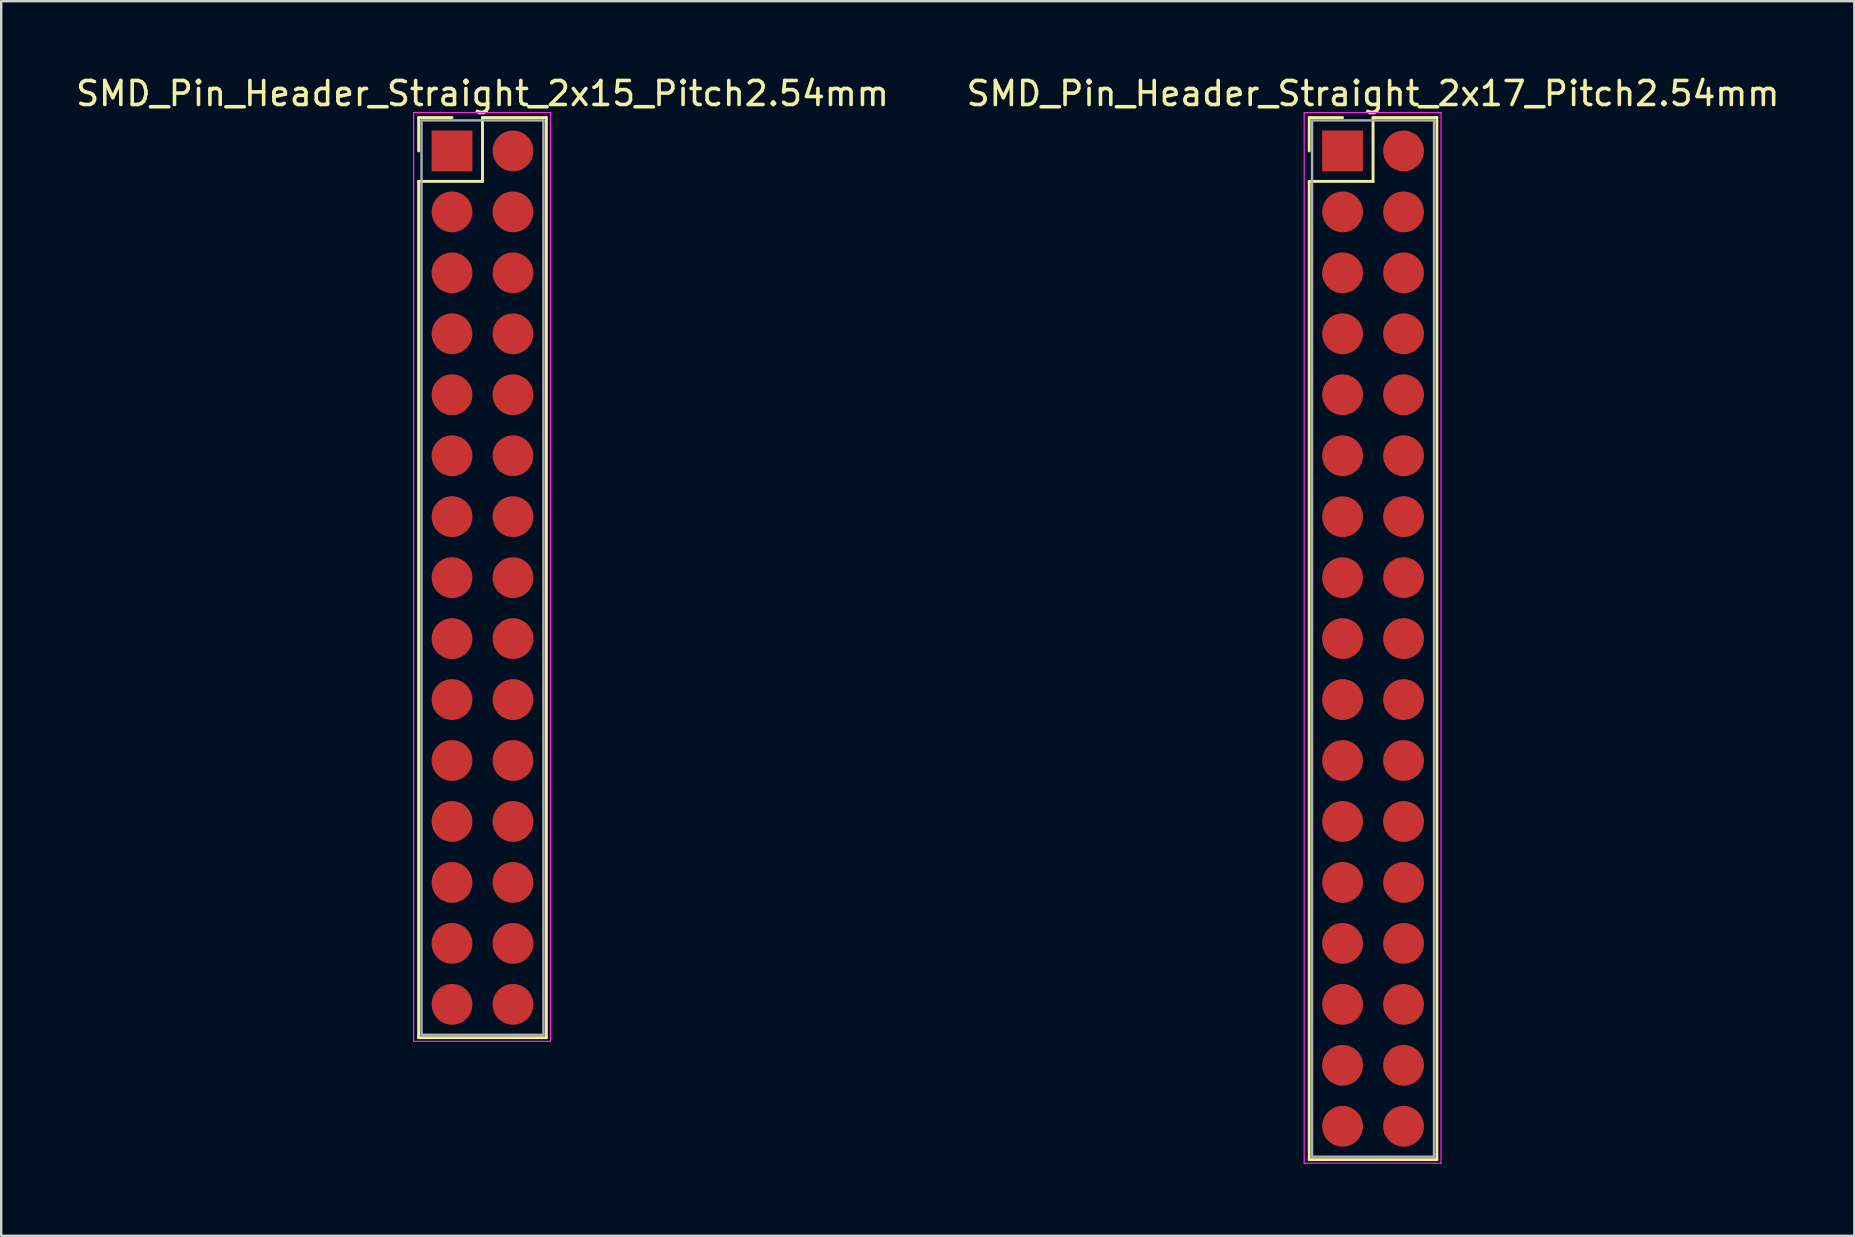
<source format=kicad_pcb>
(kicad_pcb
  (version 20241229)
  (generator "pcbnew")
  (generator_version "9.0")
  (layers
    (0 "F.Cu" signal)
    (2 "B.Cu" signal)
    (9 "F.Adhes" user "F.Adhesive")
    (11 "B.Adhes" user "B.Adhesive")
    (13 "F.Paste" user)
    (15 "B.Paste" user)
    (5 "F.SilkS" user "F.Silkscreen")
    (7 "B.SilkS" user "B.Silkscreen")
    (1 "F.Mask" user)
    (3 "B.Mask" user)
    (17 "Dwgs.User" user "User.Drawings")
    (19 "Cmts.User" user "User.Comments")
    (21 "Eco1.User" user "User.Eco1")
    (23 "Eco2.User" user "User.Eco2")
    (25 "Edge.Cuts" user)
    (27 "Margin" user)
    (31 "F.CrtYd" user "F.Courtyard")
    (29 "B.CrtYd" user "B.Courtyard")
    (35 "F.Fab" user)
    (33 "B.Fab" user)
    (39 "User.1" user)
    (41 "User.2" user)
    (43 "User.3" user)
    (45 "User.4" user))
  (footprint "SMD_Pin_Header_Straight_2x17_Pitch2.54mm"
    (layer "F.Cu")
    (at 54.161 23.558)
    (property "Reference" "SMD_Pin_Header_Straight_2x17_Pitch2.54mm" (at 0 -22.71 0) (layer "F.SilkS") (effects (font (size 1 1) (thickness 0.15))))
    (attr through_hole)
    (fp_line (start -2.66 -21.71) (end -1.27 -21.71) (stroke (width 0.12) (type solid)) (layer "F.SilkS"))
    (fp_line (start -2.66 -20.32) (end -2.66 -21.71) (stroke (width 0.12) (type solid)) (layer "F.SilkS"))
    (fp_line (start -2.66 -19.05) (end -2.66 21.71) (stroke (width 0.12) (type solid)) (layer "F.SilkS"))
    (fp_line (start -2.66 21.71) (end 2.66 21.71) (stroke (width 0.12) (type solid)) (layer "F.SilkS"))
    (fp_line (start 0 -21.71) (end 0 -19.05) (stroke (width 0.12) (type solid)) (layer "F.SilkS"))
    (fp_line (start 0 -19.05) (end -2.66 -19.05) (stroke (width 0.12) (type solid)) (layer "F.SilkS"))
    (fp_line (start 2.66 -21.71) (end 0 -21.71) (stroke (width 0.12) (type solid)) (layer "F.SilkS"))
    (fp_line (start 2.66 21.71) (end 2.66 -21.71) (stroke (width 0.12) (type solid)) (layer "F.SilkS"))
    (fp_line (start -2.87 -21.92) (end -2.87 21.86) (stroke (width 0.05) (type solid)) (layer "F.CrtYd"))
    (fp_line (start -2.87 21.86) (end 2.83 21.86) (stroke (width 0.05) (type solid)) (layer "F.CrtYd"))
    (fp_line (start 2.83 -21.92) (end -2.87 -21.92) (stroke (width 0.05) (type solid)) (layer "F.CrtYd"))
    (fp_line (start 2.83 21.86) (end 2.83 -21.92) (stroke (width 0.05) (type solid)) (layer "F.CrtYd"))
    (fp_line (start -2.54 -21.59) (end -2.54 21.59) (stroke (width 0.1) (type solid)) (layer "F.Fab"))
    (fp_line (start -2.54 21.59) (end 2.54 21.59) (stroke (width 0.1) (type solid)) (layer "F.Fab"))
    (fp_line (start 2.54 -21.59) (end -2.54 -21.59) (stroke (width 0.1) (type solid)) (layer "F.Fab"))
    (fp_line (start 2.54 21.59) (end 2.54 -21.59) (stroke (width 0.1) (type solid)) (layer "F.Fab"))
    (pad "1" smd rect (at -1.27 -20.32) (size 1.7 1.7) (layers "F.Cu" "F.Mask" "F.Paste"))
    (pad "2" smd oval (at 1.27 -20.32) (size 1.7 1.7) (layers "F.Cu" "F.Mask" "F.Paste"))
    (pad "3" smd oval (at -1.27 -17.78) (size 1.7 1.7) (layers "F.Cu" "F.Mask" "F.Paste"))
    (pad "4" smd oval (at 1.27 -17.78) (size 1.7 1.7) (layers "F.Cu" "F.Mask" "F.Paste"))
    (pad "5" smd oval (at -1.27 -15.24) (size 1.7 1.7) (layers "F.Cu" "F.Mask" "F.Paste"))
    (pad "6" smd oval (at 1.27 -15.24) (size 1.7 1.7) (layers "F.Cu" "F.Mask" "F.Paste"))
    (pad "7" smd oval (at -1.27 -12.7) (size 1.7 1.7) (layers "F.Cu" "F.Mask" "F.Paste"))
    (pad "8" smd oval (at 1.27 -12.7) (size 1.7 1.7) (layers "F.Cu" "F.Mask" "F.Paste"))
    (pad "9" smd oval (at -1.27 -10.16) (size 1.7 1.7) (layers "F.Cu" "F.Mask" "F.Paste"))
    (pad "10" smd oval (at 1.27 -10.16) (size 1.7 1.7) (layers "F.Cu" "F.Mask" "F.Paste"))
    (pad "11" smd oval (at -1.27 -7.62) (size 1.7 1.7) (layers "F.Cu" "F.Mask" "F.Paste"))
    (pad "12" smd oval (at 1.27 -7.62) (size 1.7 1.7) (layers "F.Cu" "F.Mask" "F.Paste"))
    (pad "13" smd oval (at -1.27 -5.08) (size 1.7 1.7) (layers "F.Cu" "F.Mask" "F.Paste"))
    (pad "14" smd oval (at 1.27 -5.08) (size 1.7 1.7) (layers "F.Cu" "F.Mask" "F.Paste"))
    (pad "15" smd oval (at -1.27 -2.54) (size 1.7 1.7) (layers "F.Cu" "F.Mask" "F.Paste"))
    (pad "16" smd oval (at 1.27 -2.54) (size 1.7 1.7) (layers "F.Cu" "F.Mask" "F.Paste"))
    (pad "17" smd oval (at -1.27 0) (size 1.7 1.7) (layers "F.Cu" "F.Mask" "F.Paste"))
    (pad "18" smd oval (at 1.27 0) (size 1.7 1.7) (layers "F.Cu" "F.Mask" "F.Paste"))
    (pad "19" smd oval (at -1.27 2.54) (size 1.7 1.7) (layers "F.Cu" "F.Mask" "F.Paste"))
    (pad "20" smd oval (at 1.27 2.54) (size 1.7 1.7) (layers "F.Cu" "F.Mask" "F.Paste"))
    (pad "21" smd oval (at -1.27 5.08) (size 1.7 1.7) (layers "F.Cu" "F.Mask" "F.Paste"))
    (pad "22" smd oval (at 1.27 5.08) (size 1.7 1.7) (layers "F.Cu" "F.Mask" "F.Paste"))
    (pad "23" smd oval (at -1.27 7.62) (size 1.7 1.7) (layers "F.Cu" "F.Mask" "F.Paste"))
    (pad "24" smd oval (at 1.27 7.62) (size 1.7 1.7) (layers "F.Cu" "F.Mask" "F.Paste"))
    (pad "25" smd oval (at -1.27 10.16) (size 1.7 1.7) (layers "F.Cu" "F.Mask" "F.Paste"))
    (pad "26" smd oval (at 1.27 10.16) (size 1.7 1.7) (layers "F.Cu" "F.Mask" "F.Paste"))
    (pad "27" smd oval (at -1.27 12.7) (size 1.7 1.7) (layers "F.Cu" "F.Mask" "F.Paste"))
    (pad "28" smd oval (at 1.27 12.7) (size 1.7 1.7) (layers "F.Cu" "F.Mask" "F.Paste"))
    (pad "29" smd oval (at -1.27 15.24) (size 1.7 1.7) (layers "F.Cu" "F.Mask" "F.Paste"))
    (pad "30" smd oval (at 1.27 15.24) (size 1.7 1.7) (layers "F.Cu" "F.Mask" "F.Paste"))
    (pad "31" smd oval (at -1.27 17.78) (size 1.7 1.7) (layers "F.Cu" "F.Mask" "F.Paste"))
    (pad "32" smd oval (at 1.27 17.78) (size 1.7 1.7) (layers "F.Cu" "F.Mask" "F.Paste"))
    (pad "33" smd oval (at -1.27 20.32) (size 1.7 1.7) (layers "F.Cu" "F.Mask" "F.Paste"))
    (pad "34" smd oval (at 1.27 20.32) (size 1.7 1.7) (layers "F.Cu" "F.Mask" "F.Paste")))
  (footprint "SMD_Pin_Header_Straight_2x15_Pitch2.54mm"
    (layer "F.Cu")
    (at 15.784 3.238)
    (property "Reference" "SMD_Pin_Header_Straight_2x15_Pitch2.54mm" (at 1.27 -2.39 0) (layer "F.SilkS") (effects (font (size 1 1) (thickness 0.15))))
    (attr through_hole)
    (fp_line (start -1.39 -1.39) (end 0 -1.39) (stroke (width 0.12) (type solid)) (layer "F.SilkS"))
    (fp_line (start -1.39 0) (end -1.39 -1.39) (stroke (width 0.12) (type solid)) (layer "F.SilkS"))
    (fp_line (start -1.39 1.27) (end -1.39 36.95) (stroke (width 0.12) (type solid)) (layer "F.SilkS"))
    (fp_line (start -1.39 36.95) (end 3.93 36.95) (stroke (width 0.12) (type solid)) (layer "F.SilkS"))
    (fp_line (start 1.27 -1.39) (end 1.27 1.27) (stroke (width 0.12) (type solid)) (layer "F.SilkS"))
    (fp_line (start 1.27 1.27) (end -1.39 1.27) (stroke (width 0.12) (type solid)) (layer "F.SilkS"))
    (fp_line (start 3.93 -1.39) (end 1.27 -1.39) (stroke (width 0.12) (type solid)) (layer "F.SilkS"))
    (fp_line (start 3.93 36.95) (end 3.93 -1.39) (stroke (width 0.12) (type solid)) (layer "F.SilkS"))
    (fp_line (start -1.6 -1.6) (end -1.6 37.1) (stroke (width 0.05) (type solid)) (layer "F.CrtYd"))
    (fp_line (start -1.6 37.1) (end 4.1 37.1) (stroke (width 0.05) (type solid)) (layer "F.CrtYd"))
    (fp_line (start 4.1 -1.6) (end -1.6 -1.6) (stroke (width 0.05) (type solid)) (layer "F.CrtYd"))
    (fp_line (start 4.1 37.1) (end 4.1 -1.6) (stroke (width 0.05) (type solid)) (layer "F.CrtYd"))
    (fp_line (start -1.27 -1.27) (end -1.27 36.83) (stroke (width 0.1) (type solid)) (layer "F.Fab"))
    (fp_line (start -1.27 36.83) (end 3.81 36.83) (stroke (width 0.1) (type solid)) (layer "F.Fab"))
    (fp_line (start 3.81 -1.27) (end -1.27 -1.27) (stroke (width 0.1) (type solid)) (layer "F.Fab"))
    (fp_line (start 3.81 36.83) (end 3.81 -1.27) (stroke (width 0.1) (type solid)) (layer "F.Fab"))
    (pad "1" smd rect (at 0 0) (size 1.7 1.7) (layers "F.Cu" "F.Mask" "F.Paste"))
    (pad "2" smd oval (at 2.54 0) (size 1.7 1.7) (layers "F.Cu" "F.Mask" "F.Paste"))
    (pad "3" smd oval (at 0 2.54) (size 1.7 1.7) (layers "F.Cu" "F.Mask" "F.Paste"))
    (pad "4" smd oval (at 2.54 2.54) (size 1.7 1.7) (layers "F.Cu" "F.Mask" "F.Paste"))
    (pad "5" smd oval (at 0 5.08) (size 1.7 1.7) (layers "F.Cu" "F.Mask" "F.Paste"))
    (pad "6" smd oval (at 2.54 5.08) (size 1.7 1.7) (layers "F.Cu" "F.Mask" "F.Paste"))
    (pad "7" smd oval (at 0 7.62) (size 1.7 1.7) (layers "F.Cu" "F.Mask" "F.Paste"))
    (pad "8" smd oval (at 2.54 7.62) (size 1.7 1.7) (layers "F.Cu" "F.Mask" "F.Paste"))
    (pad "9" smd oval (at 0 10.16) (size 1.7 1.7) (layers "F.Cu" "F.Mask" "F.Paste"))
    (pad "10" smd oval (at 2.54 10.16) (size 1.7 1.7) (layers "F.Cu" "F.Mask" "F.Paste"))
    (pad "11" smd oval (at 0 12.7) (size 1.7 1.7) (layers "F.Cu" "F.Mask" "F.Paste"))
    (pad "12" smd oval (at 2.54 12.7) (size 1.7 1.7) (layers "F.Cu" "F.Mask" "F.Paste"))
    (pad "13" smd oval (at 0 15.24) (size 1.7 1.7) (layers "F.Cu" "F.Mask" "F.Paste"))
    (pad "14" smd oval (at 2.54 15.24) (size 1.7 1.7) (layers "F.Cu" "F.Mask" "F.Paste"))
    (pad "15" smd oval (at 0 17.78) (size 1.7 1.7) (layers "F.Cu" "F.Mask" "F.Paste"))
    (pad "16" smd oval (at 2.54 17.78) (size 1.7 1.7) (layers "F.Cu" "F.Mask" "F.Paste"))
    (pad "17" smd oval (at 0 20.32) (size 1.7 1.7) (layers "F.Cu" "F.Mask" "F.Paste"))
    (pad "18" smd oval (at 2.54 20.32) (size 1.7 1.7) (layers "F.Cu" "F.Mask" "F.Paste"))
    (pad "19" smd oval (at 0 22.86) (size 1.7 1.7) (layers "F.Cu" "F.Mask" "F.Paste"))
    (pad "20" smd oval (at 2.54 22.86) (size 1.7 1.7) (layers "F.Cu" "F.Mask" "F.Paste"))
    (pad "21" smd oval (at 0 25.4) (size 1.7 1.7) (layers "F.Cu" "F.Mask" "F.Paste"))
    (pad "22" smd oval (at 2.54 25.4) (size 1.7 1.7) (layers "F.Cu" "F.Mask" "F.Paste"))
    (pad "23" smd oval (at 0 27.94) (size 1.7 1.7) (layers "F.Cu" "F.Mask" "F.Paste"))
    (pad "24" smd oval (at 2.54 27.94) (size 1.7 1.7) (layers "F.Cu" "F.Mask" "F.Paste"))
    (pad "25" smd oval (at 0 30.48) (size 1.7 1.7) (layers "F.Cu" "F.Mask" "F.Paste"))
    (pad "26" smd oval (at 2.54 30.48) (size 1.7 1.7) (layers "F.Cu" "F.Mask" "F.Paste"))
    (pad "27" smd oval (at 0 33.02) (size 1.7 1.7) (layers "F.Cu" "F.Mask" "F.Paste"))
    (pad "28" smd oval (at 2.54 33.02) (size 1.7 1.7) (layers "F.Cu" "F.Mask" "F.Paste"))
    (pad "29" smd oval (at 0 35.56) (size 1.7 1.7) (layers "F.Cu" "F.Mask" "F.Paste"))
    (pad "30" smd oval (at 2.54 35.56) (size 1.7 1.7) (layers "F.Cu" "F.Mask" "F.Paste")))
  (gr_rect
    (start -3 -3)
    (end 74.214 48.443)
    (stroke (width 0.1) (type default))
    (fill no)
    (layer "Edge.Cuts")))
</source>
